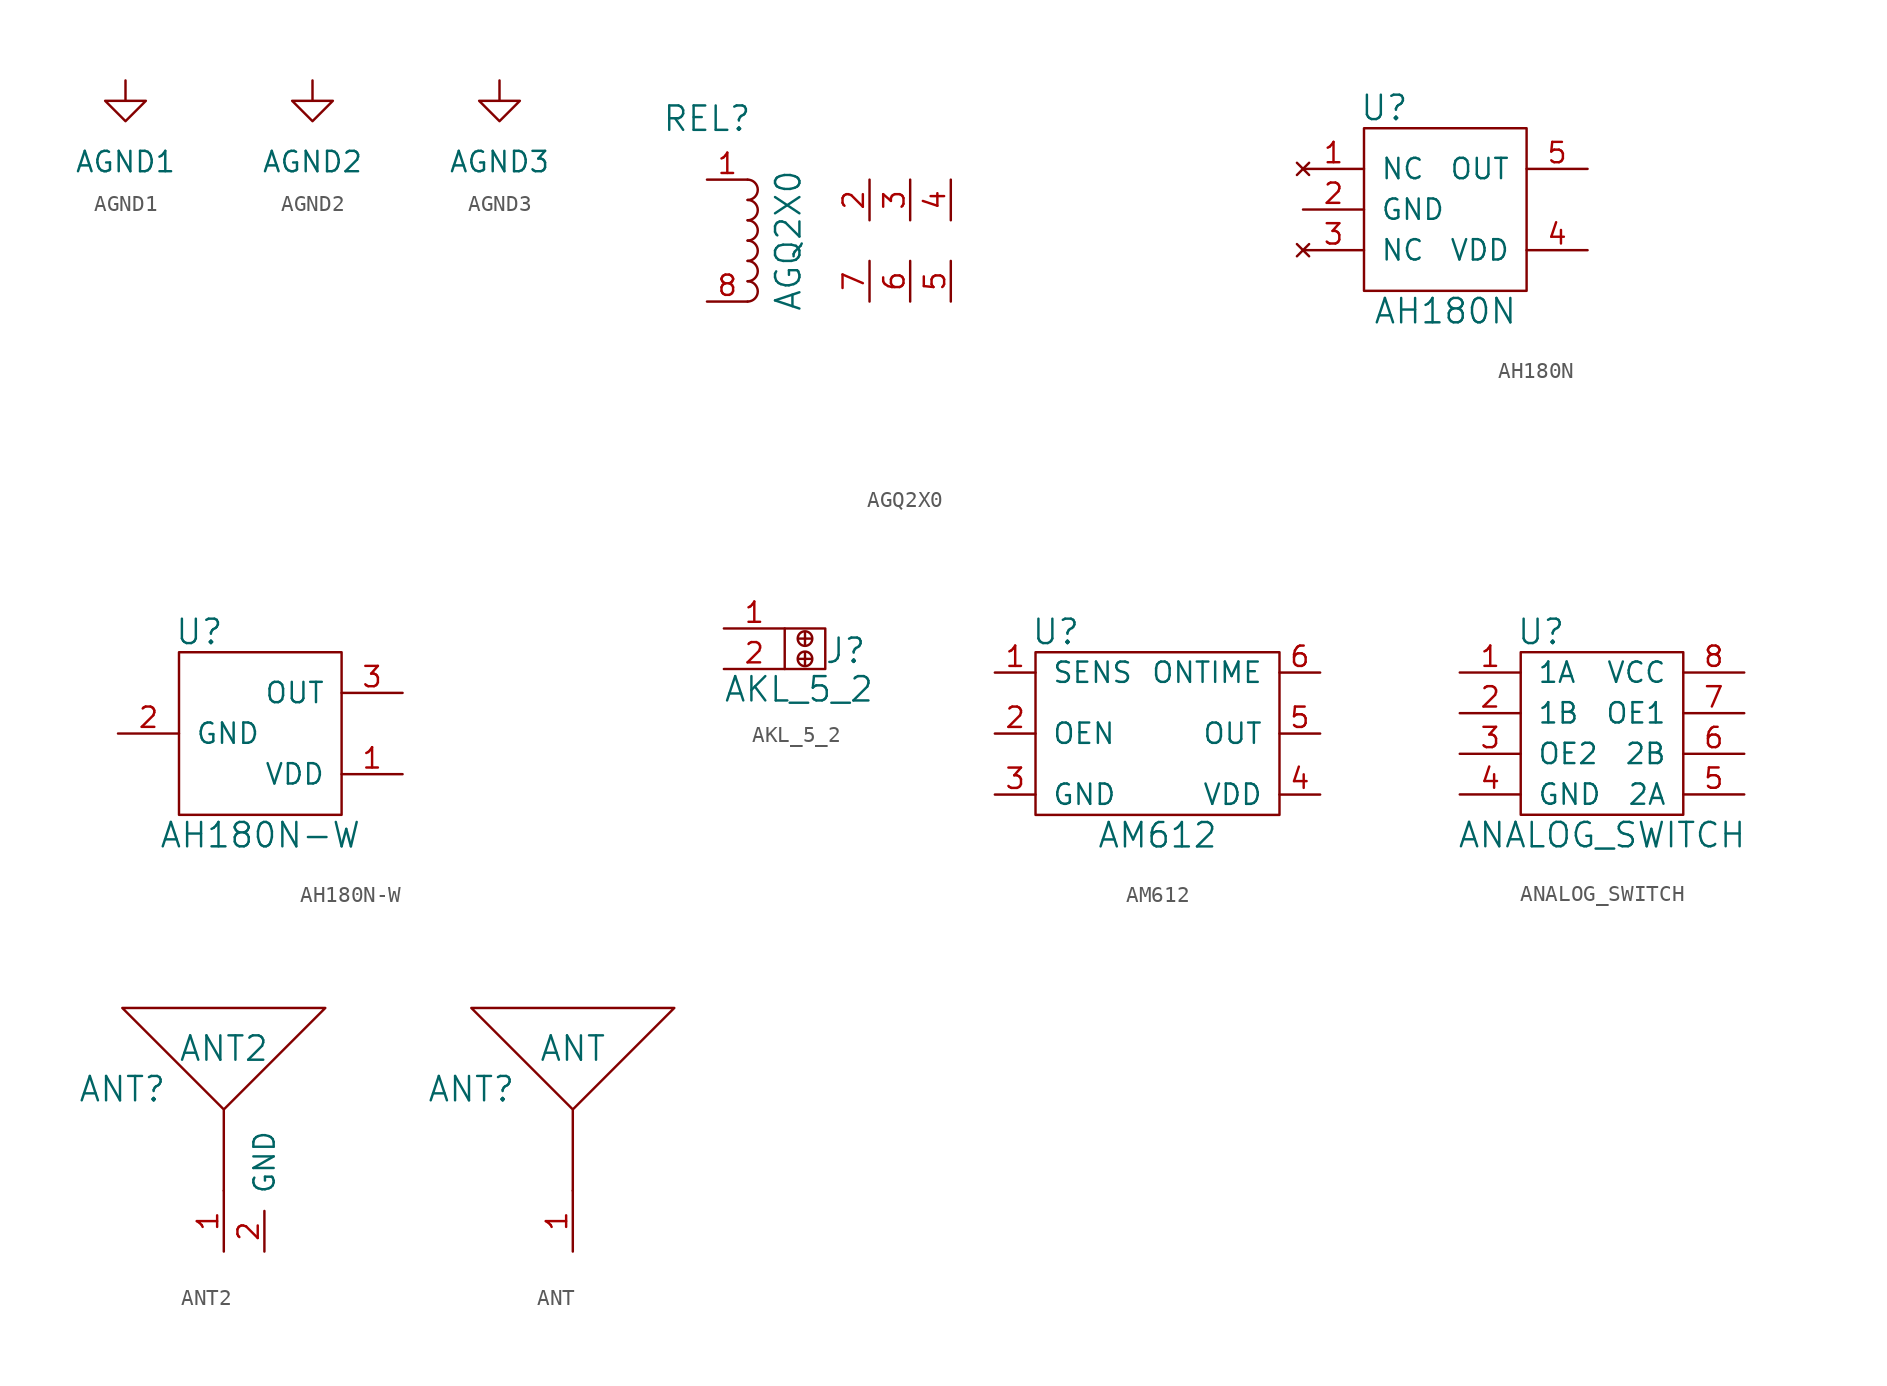
<source format=kicad_sym>
(kicad_symbol_lib
  (version 20211014)
  (generator kicad_symbol_editor)
  (symbol "AGND1"
    (power)
    (pin_names
      (offset 0))
    (property "Reference" "#PWR"
      (at 0 -6.35 0)
      (effects (font (size 1.27 1.27)) hide))
    (property "Value" "AGND1"
      (at 0 -5.08 0)
      (effects (font (size 1.27 1.27))))
    (property "Footprint" ""
      (at 0 0 0)
      (effects (font (size 1.27 1.27))))
    (property "Datasheet" ""
      (at 0 0 0)
      (effects (font (size 1.27 1.27))))
    (symbol "AGND1_0_1"
      (polyline (pts (xy 0 0) (xy 0 -1.27) (xy 1.27 -1.27) (xy 0 -2.54) (xy -1.27 -1.27) (xy 0 -1.27)) (stroke (width 0) (type default) (color 0 0 0 0)) (fill (type none))))
    (symbol "AGND1_1_1"
      (pin power_in line (at 0 0 270) (length 0) hide (name "AGND1" (effects (font (size 1.27 1.27)))) (number "1" (effects (font (size 1.27 1.27)))))))
  (symbol "AGND2"
    (power)
    (pin_names
      (offset 0))
    (property "Reference" "#PWR"
      (at 0 -6.35 0)
      (effects (font (size 1.27 1.27)) hide))
    (property "Value" "AGND2"
      (at 0 -5.08 0)
      (effects (font (size 1.27 1.27))))
    (property "Footprint" ""
      (at 0 0 0)
      (effects (font (size 1.27 1.27))))
    (property "Datasheet" ""
      (at 0 0 0)
      (effects (font (size 1.27 1.27))))
    (symbol "AGND2_0_1"
      (polyline (pts (xy 0 0) (xy 0 -1.27) (xy 1.27 -1.27) (xy 0 -2.54) (xy -1.27 -1.27) (xy 0 -1.27)) (stroke (width 0) (type default) (color 0 0 0 0)) (fill (type none))))
    (symbol "AGND2_1_1"
      (pin power_in line (at 0 0 270) (length 0) hide (name "AGND2" (effects (font (size 1.27 1.27)))) (number "1" (effects (font (size 1.27 1.27)))))))
  (symbol "AGND3"
    (power)
    (pin_names
      (offset 0))
    (property "Reference" "#PWR"
      (at 0 -6.35 0)
      (effects (font (size 1.27 1.27)) hide))
    (property "Value" "AGND3"
      (at 0 -5.08 0)
      (effects (font (size 1.27 1.27))))
    (property "Footprint" ""
      (at 0 0 0)
      (effects (font (size 1.27 1.27))))
    (property "Datasheet" ""
      (at 0 0 0)
      (effects (font (size 1.27 1.27))))
    (symbol "AGND3_0_1"
      (polyline (pts (xy 0 0) (xy 0 -1.27) (xy 1.27 -1.27) (xy 0 -2.54) (xy -1.27 -1.27) (xy 0 -1.27)) (stroke (width 0) (type default) (color 0 0 0 0)) (fill (type none))))
    (symbol "AGND3_1_1"
      (pin power_in line (at 0 0 270) (length 0) hide (name "AGND3" (effects (font (size 1.27 1.27)))) (number "1" (effects (font (size 1.27 1.27)))))))
  (symbol "AGQ2X0"
    (pin_names
      (offset 1.016))
    (property "Reference" "REL"
      (at -7.62 7.62 0)
      (effects (font (size 1.524 1.524))))
    (property "Value" "AGQ2X0"
      (at -2.54 0 90)
      (effects (font (size 1.524 1.524))))
    (property "Footprint" ""
      (at 19.05 -12.7 0)
      (effects (font (size 1.524 1.524))))
    (property "Datasheet" ""
      (at 19.05 -12.7 0)
      (effects (font (size 1.524 1.524))))
    (symbol "AGQ2X0_0_1"
      (arc (start -5.08 -3.81) (mid -4.445 -3.175) (end -5.08 -2.54) (stroke (width 0) (type default) (color 0 0 0 0)) (fill (type none)))
      (arc (start -5.08 -2.54) (mid -4.445 -1.905) (end -5.08 -1.27) (stroke (width 0) (type default) (color 0 0 0 0)) (fill (type none)))
      (arc (start -5.08 -1.27) (mid -4.445 -0.635) (end -5.08 0) (stroke (width 0) (type default) (color 0 0 0 0)) (fill (type none)))
      (arc (start -5.08 0) (mid -4.445 0.635) (end -5.08 1.27) (stroke (width 0) (type default) (color 0 0 0 0)) (fill (type none)))
      (arc (start -5.08 1.27) (mid -4.445 1.905) (end -5.08 2.54) (stroke (width 0) (type default) (color 0 0 0 0)) (fill (type none)))
      (arc (start -5.08 2.54) (mid -4.445 3.175) (end -5.08 3.81) (stroke (width 0) (type default) (color 0 0 0 0)) (fill (type none))))
    (symbol "AGQ2X0_1_1"
      (pin passive line (at -7.62 3.81 0) (length 2.54) (name "~" (effects (font (size 1.27 1.27)))) (number "1" (effects (font (size 1.27 1.27)))))
      (pin passive line (at 2.54 3.81 270) (length 2.54) (name "~" (effects (font (size 1.27 1.27)))) (number "2" (effects (font (size 1.27 1.27)))))
      (pin passive line (at 5.08 3.81 270) (length 2.54) (name "~" (effects (font (size 1.27 1.27)))) (number "3" (effects (font (size 1.27 1.27)))))
      (pin passive line (at 7.62 3.81 270) (length 2.54) (name "~" (effects (font (size 1.27 1.27)))) (number "4" (effects (font (size 1.27 1.27)))))
      (pin passive line (at 7.62 -3.81 90) (length 2.54) (name "~" (effects (font (size 1.27 1.27)))) (number "5" (effects (font (size 1.27 1.27)))))
      (pin passive line (at 5.08 -3.81 90) (length 2.54) (name "~" (effects (font (size 1.27 1.27)))) (number "6" (effects (font (size 1.27 1.27)))))
      (pin passive line (at 2.54 -3.81 90) (length 2.54) (name "~" (effects (font (size 1.27 1.27)))) (number "7" (effects (font (size 1.27 1.27)))))
      (pin passive line (at -7.62 -3.81 0) (length 2.54) (name "~" (effects (font (size 1.27 1.27)))) (number "8" (effects (font (size 1.27 1.27)))))))
  (symbol "AH180N"
    (pin_names
      (offset 1.016))
    (property "Reference" "U"
      (at -3.81 6.35 0)
      (effects (font (size 1.524 1.524))))
    (property "Value" "AH180N"
      (at 0 -6.35 0)
      (effects (font (size 1.524 1.524))))
    (property "Footprint" ""
      (at 20.32 -6.35 0)
      (effects (font (size 1.524 1.524))))
    (property "Datasheet" ""
      (at 20.32 -6.35 0)
      (effects (font (size 1.524 1.524))))
    (symbol "AH180N_0_1"
      (rectangle (start -5.08 5.08) (end 5.08 -5.08) (stroke (width 0) (type default) (color 0 0 0 0)) (fill (type none))))
    (symbol "AH180N_1_1"
      (pin no_connect line (at -8.89 2.54 0) (length 3.81) (name "NC" (effects (font (size 1.27 1.27)))) (number "1" (effects (font (size 1.27 1.27)))))
      (pin passive line (at -8.89 0 0) (length 3.81) (name "GND" (effects (font (size 1.27 1.27)))) (number "2" (effects (font (size 1.27 1.27)))))
      (pin no_connect line (at -8.89 -2.54 0) (length 3.81) (name "NC" (effects (font (size 1.27 1.27)))) (number "3" (effects (font (size 1.27 1.27)))))
      (pin passive line (at 8.89 -2.54 180) (length 3.81) (name "VDD" (effects (font (size 1.27 1.27)))) (number "4" (effects (font (size 1.27 1.27)))))
      (pin passive line (at 8.89 2.54 180) (length 3.81) (name "OUT" (effects (font (size 1.27 1.27)))) (number "5" (effects (font (size 1.27 1.27)))))))
  (symbol "AH180N-W"
    (pin_names
      (offset 1.016))
    (property "Reference" "U"
      (at -3.81 6.35 0)
      (effects (font (size 1.524 1.524))))
    (property "Value" "AH180N-W"
      (at 0 -6.35 0)
      (effects (font (size 1.524 1.524))))
    (property "Footprint" ""
      (at 20.32 -6.35 0)
      (effects (font (size 1.524 1.524))))
    (property "Datasheet" ""
      (at 20.32 -6.35 0)
      (effects (font (size 1.524 1.524))))
    (symbol "AH180N-W_0_1"
      (rectangle (start -5.08 5.08) (end 5.08 -5.08) (stroke (width 0) (type default) (color 0 0 0 0)) (fill (type none))))
    (symbol "AH180N-W_1_1"
      (pin passive line (at 8.89 -2.54 180) (length 3.81) (name "VDD" (effects (font (size 1.27 1.27)))) (number "1" (effects (font (size 1.27 1.27)))))
      (pin passive line (at -8.89 0 0) (length 3.81) (name "GND" (effects (font (size 1.27 1.27)))) (number "2" (effects (font (size 1.27 1.27)))))
      (pin passive line (at 8.89 2.54 180) (length 3.81) (name "OUT" (effects (font (size 1.27 1.27)))) (number "3" (effects (font (size 1.27 1.27)))))))
  (symbol "AKL_5_2"
    (pin_names
      (offset 1.016) hide)
    (property "Reference" "J"
      (at 2.54 -0.127 0)
      (effects (font (size 1.524 1.524))))
    (property "Value" "AKL_5_2"
      (at -0.381 -2.54 0)
      (effects (font (size 1.524 1.524))))
    (property "Footprint" ""
      (at 0 0 0)
      (effects (font (size 1.524 1.524))))
    (property "Datasheet" ""
      (at 0 0 0)
      (effects (font (size 1.524 1.524))))
    (symbol "AKL_5_2_0_1"
      (rectangle (start -1.27 1.27) (end 1.27 -1.27) (stroke (width 0) (type default) (color 0 0 0 0)) (fill (type none)))
      (circle (center 0 -0.635) (radius 0.457) (stroke (width 0) (type default) (color 0 0 0 0)) (fill (type none)))
      (polyline (pts (xy -0.381 -0.635) (xy 0.381 -0.635) (xy 0.381 -0.635)) (stroke (width 0) (type default) (color 0 0 0 0)) (fill (type none)))
      (polyline (pts (xy -0.381 0.635) (xy 0.381 0.635) (xy 0.381 0.635)) (stroke (width 0) (type default) (color 0 0 0 0)) (fill (type none)))
      (polyline (pts (xy 0 -0.254) (xy 0 -1.016) (xy 0 -1.016)) (stroke (width 0) (type default) (color 0 0 0 0)) (fill (type none)))
      (polyline (pts (xy 0 1.016) (xy 0 0.254) (xy 0 0.254)) (stroke (width 0) (type default) (color 0 0 0 0)) (fill (type none)))
      (circle (center 0 0.635) (radius 0.457) (stroke (width 0) (type default) (color 0 0 0 0)) (fill (type none))))
    (symbol "AKL_5_2_1_1"
      (pin passive line (at -5.08 1.27 0) (length 3.81) (name "~" (effects (font (size 1.27 1.27)))) (number "1" (effects (font (size 1.27 1.27)))))
      (pin passive line (at -5.08 -1.27 0) (length 3.81) (name "~" (effects (font (size 1.27 1.27)))) (number "2" (effects (font (size 1.27 1.27)))))))
  (symbol "AM612"
    (pin_names
      (offset 1.016))
    (property "Reference" "U"
      (at -6.35 6.35 0)
      (effects (font (size 1.524 1.524))))
    (property "Value" "AM612"
      (at 0 -6.35 0)
      (effects (font (size 1.524 1.524))))
    (symbol "AM612_0_1"
      (rectangle (start -7.62 5.08) (end 7.62 -5.08) (stroke (width 0) (type default) (color 0 0 0 0)) (fill (type none))))
    (symbol "AM612_1_1"
      (pin passive line (at -10.16 3.81 0) (length 2.54) (name "SENS" (effects (font (size 1.27 1.27)))) (number "1" (effects (font (size 1.27 1.27)))))
      (pin passive line (at -10.16 0 0) (length 2.54) (name "OEN" (effects (font (size 1.27 1.27)))) (number "2" (effects (font (size 1.27 1.27)))))
      (pin passive line (at -10.16 -3.81 0) (length 2.54) (name "GND" (effects (font (size 1.27 1.27)))) (number "3" (effects (font (size 1.27 1.27)))))
      (pin passive line (at 10.16 -3.81 180) (length 2.54) (name "VDD" (effects (font (size 1.27 1.27)))) (number "4" (effects (font (size 1.27 1.27)))))
      (pin passive line (at 10.16 0 180) (length 2.54) (name "OUT" (effects (font (size 1.27 1.27)))) (number "5" (effects (font (size 1.27 1.27)))))
      (pin passive line (at 10.16 3.81 180) (length 2.54) (name "ONTIME" (effects (font (size 1.27 1.27)))) (number "6" (effects (font (size 1.27 1.27)))))))
  (symbol "ANALOG_SWITCH"
    (pin_names
      (offset 1.016))
    (property "Reference" "U"
      (at -3.81 6.35 0)
      (effects (font (size 1.524 1.524))))
    (property "Value" "ANALOG_SWITCH"
      (at 0 -6.35 0)
      (effects (font (size 1.524 1.524))))
    (property "Footprint" ""
      (at 0 0 0)
      (effects (font (size 1.524 1.524))))
    (property "Datasheet" ""
      (at 0 0 0)
      (effects (font (size 1.524 1.524))))
    (symbol "ANALOG_SWITCH_0_1"
      (rectangle (start -5.08 5.08) (end 5.08 -5.08) (stroke (width 0) (type default) (color 0 0 0 0)) (fill (type none))))
    (symbol "ANALOG_SWITCH_1_1"
      (pin passive line (at -8.89 3.81 0) (length 3.81) (name "1A" (effects (font (size 1.27 1.27)))) (number "1" (effects (font (size 1.27 1.27)))))
      (pin passive line (at -8.89 1.27 0) (length 3.81) (name "1B" (effects (font (size 1.27 1.27)))) (number "2" (effects (font (size 1.27 1.27)))))
      (pin passive line (at -8.89 -1.27 0) (length 3.81) (name "OE2" (effects (font (size 1.27 1.27)))) (number "3" (effects (font (size 1.27 1.27)))))
      (pin passive line (at -8.89 -3.81 0) (length 3.81) (name "GND" (effects (font (size 1.27 1.27)))) (number "4" (effects (font (size 1.27 1.27)))))
      (pin passive line (at 8.89 -3.81 180) (length 3.81) (name "2A" (effects (font (size 1.27 1.27)))) (number "5" (effects (font (size 1.27 1.27)))))
      (pin passive line (at 8.89 -1.27 180) (length 3.81) (name "2B" (effects (font (size 1.27 1.27)))) (number "6" (effects (font (size 1.27 1.27)))))
      (pin passive line (at 8.89 1.27 180) (length 3.81) (name "OE1" (effects (font (size 1.27 1.27)))) (number "7" (effects (font (size 1.27 1.27)))))
      (pin passive line (at 8.89 3.81 180) (length 3.81) (name "VCC" (effects (font (size 1.27 1.27)))) (number "8" (effects (font (size 1.27 1.27)))))))
  (symbol "ANT2"
    (pin_names
      (offset 1.016))
    (property "Reference" "ANT"
      (at -6.35 3.81 0)
      (effects (font (size 1.524 1.524))))
    (property "Value" "ANT2"
      (at 0 6.35 0)
      (effects (font (size 1.524 1.524))))
    (property "Footprint" ""
      (at -1.27 -2.54 0)
      (effects (font (size 1.524 1.524))))
    (property "Datasheet" ""
      (at -1.27 -2.54 0)
      (effects (font (size 1.524 1.524))))
    (symbol "ANT2_0_1"
      (polyline (pts (xy 0 -2.54) (xy 0 2.54) (xy -6.35 8.89) (xy 6.35 8.89) (xy 0 2.54)) (stroke (width 0) (type default) (color 0 0 0 0)) (fill (type none))))
    (symbol "ANT2_1_1"
      (pin passive line (at 0 -6.35 90) (length 3.81) (name "~" (effects (font (size 1.27 1.27)))) (number "1" (effects (font (size 1.27 1.27)))))
      (pin input line (at 2.54 -6.35 90) (length 2.54) (name "GND" (effects (font (size 1.27 1.27)))) (number "2" (effects (font (size 1.27 1.27)))))))
  (symbol "ANT"
    (pin_names
      (offset 1.016))
    (property "Reference" "ANT"
      (at -6.35 3.81 0)
      (effects (font (size 1.524 1.524))))
    (property "Value" "ANT"
      (at 0 6.35 0)
      (effects (font (size 1.524 1.524))))
    (property "Footprint" ""
      (at -1.27 -2.54 0)
      (effects (font (size 1.524 1.524))))
    (property "Datasheet" ""
      (at -1.27 -2.54 0)
      (effects (font (size 1.524 1.524))))
    (symbol "ANT_0_1"
      (polyline (pts (xy 0 -2.54) (xy 0 2.54) (xy -6.35 8.89) (xy 6.35 8.89) (xy 0 2.54)) (stroke (width 0) (type default) (color 0 0 0 0)) (fill (type none))))
    (symbol "ANT_1_1"
      (pin passive line (at 0 -6.35 90) (length 3.81) (name "~" (effects (font (size 1.27 1.27)))) (number "1" (effects (font (size 1.27 1.27))))))))
</source>
